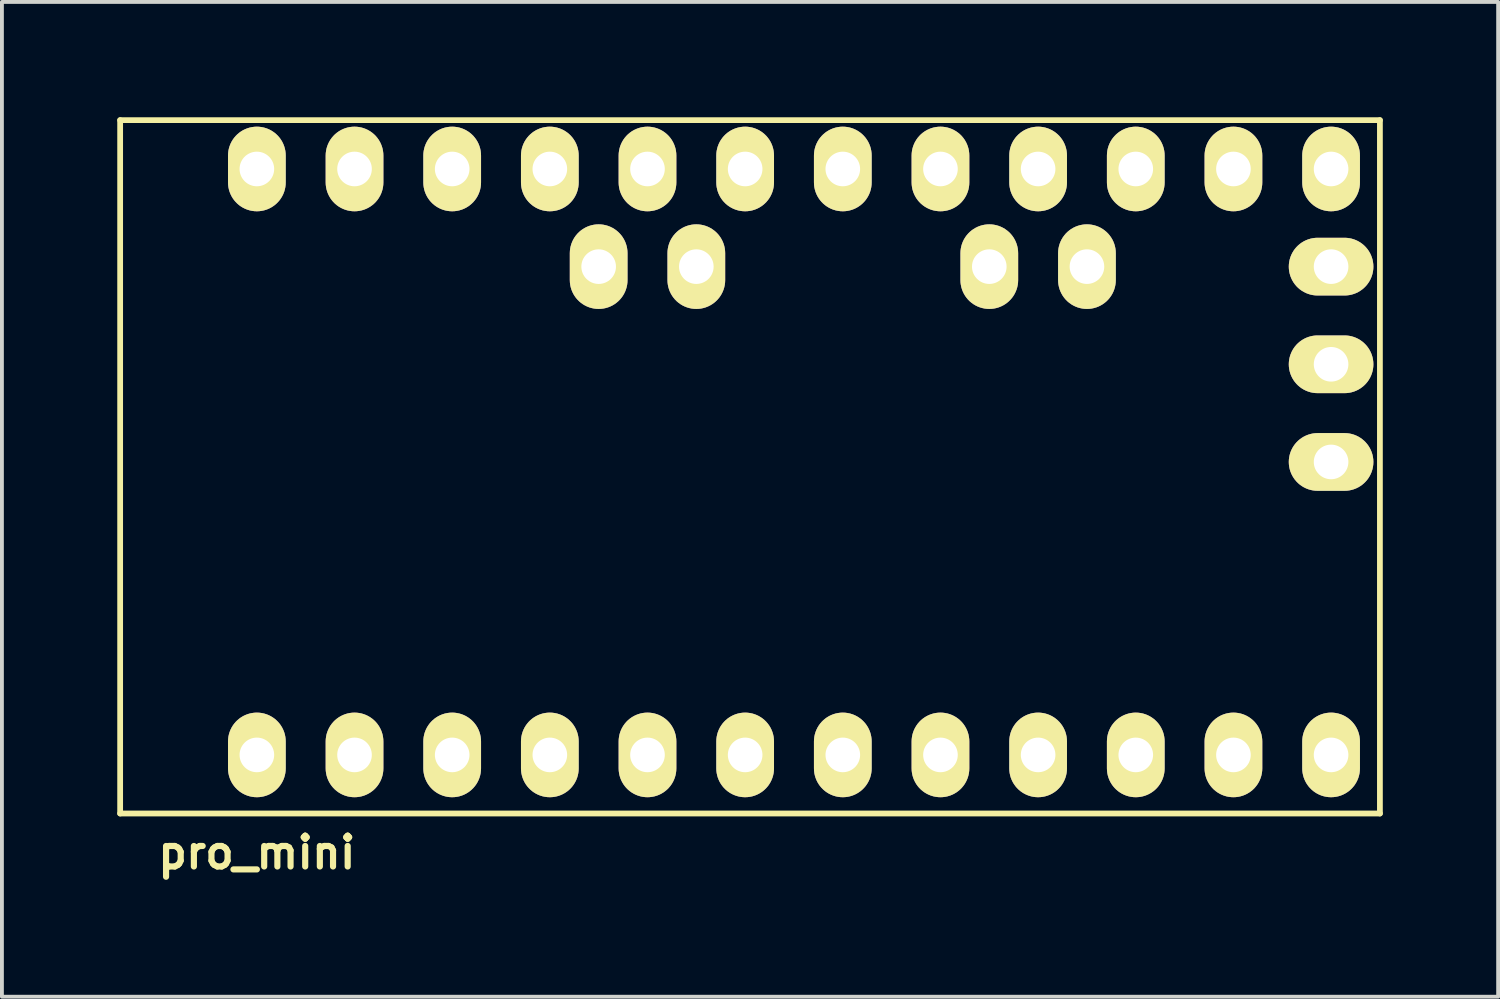
<source format=kicad_pcb>
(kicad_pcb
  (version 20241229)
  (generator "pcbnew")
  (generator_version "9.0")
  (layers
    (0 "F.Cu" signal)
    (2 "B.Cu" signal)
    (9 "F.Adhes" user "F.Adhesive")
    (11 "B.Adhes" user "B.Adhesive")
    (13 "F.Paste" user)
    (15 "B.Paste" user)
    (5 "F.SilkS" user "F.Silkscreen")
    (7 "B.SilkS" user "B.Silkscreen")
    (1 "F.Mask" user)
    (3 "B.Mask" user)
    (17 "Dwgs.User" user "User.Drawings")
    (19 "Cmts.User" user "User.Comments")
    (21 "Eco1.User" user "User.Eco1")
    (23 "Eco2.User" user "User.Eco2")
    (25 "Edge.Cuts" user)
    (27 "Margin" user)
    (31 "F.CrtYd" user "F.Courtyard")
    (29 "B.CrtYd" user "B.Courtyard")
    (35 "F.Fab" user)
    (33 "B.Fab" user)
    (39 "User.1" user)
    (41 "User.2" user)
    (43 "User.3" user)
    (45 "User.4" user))
  (footprint "pro_mini"
    (layer "F.Cu")
    (at 17.601 8.965)
    (property "Reference" "pro_mini" (at -13.97 10.16 0) (layer "F.SilkS") (effects (font (size 0.8 0.8) (thickness 0.16))))
    (attr through_hole)
    (fp_line (start -17.526 -8.89) (end -17.526 9.144) (stroke (width 0.15) (type solid)) (layer "F.SilkS"))
    (fp_line (start -17.526 -8.89) (end 15.24 -8.89) (stroke (width 0.15) (type solid)) (layer "F.SilkS"))
    (fp_line (start 15.24 9.144) (end -17.526 9.144) (stroke (width 0.15) (type solid)) (layer "F.SilkS"))
    (fp_line (start 15.24 9.144) (end 15.24 -8.89) (stroke (width 0.15) (type solid)) (layer "F.SilkS"))
    (pad "1" thru_hole oval (at -13.97 7.62) (size 1.501 2.2) (drill 0.9) (layers "*.Cu" "*.Mask" "F.SilkS"))
    (pad "2" thru_hole oval (at -11.43 7.62) (size 1.501 2.2) (drill 0.9) (layers "*.Cu" "*.Mask" "F.SilkS"))
    (pad "3" thru_hole oval (at -8.89 7.62) (size 1.501 2.2) (drill 0.9) (layers "*.Cu" "*.Mask" "F.SilkS"))
    (pad "4" thru_hole oval (at -6.35 7.62) (size 1.501 2.2) (drill 0.9) (layers "*.Cu" "*.Mask" "F.SilkS"))
    (pad "5" thru_hole oval (at -3.81 7.62) (size 1.501 2.2) (drill 0.9) (layers "*.Cu" "*.Mask" "F.SilkS"))
    (pad "6" thru_hole oval (at -1.27 7.62) (size 1.501 2.2) (drill 0.9) (layers "*.Cu" "*.Mask" "F.SilkS"))
    (pad "7" thru_hole oval (at 1.27 7.62) (size 1.501 2.2) (drill 0.9) (layers "*.Cu" "*.Mask" "F.SilkS"))
    (pad "8" thru_hole oval (at 3.81 7.62) (size 1.501 2.2) (drill 0.9) (layers "*.Cu" "*.Mask" "F.SilkS"))
    (pad "9" thru_hole oval (at 6.35 7.62) (size 1.501 2.2) (drill 0.9) (layers "*.Cu" "*.Mask" "F.SilkS"))
    (pad "10" thru_hole oval (at 8.89 7.62) (size 1.501 2.2) (drill 0.9) (layers "*.Cu" "*.Mask" "F.SilkS"))
    (pad "11" thru_hole oval (at 11.43 7.62) (size 1.501 2.2) (drill 0.9) (layers "*.Cu" "*.Mask" "F.SilkS"))
    (pad "12" thru_hole oval (at 13.97 7.62) (size 1.501 2.2) (drill 0.9) (layers "*.Cu" "*.Mask" "F.SilkS"))
    (pad "13" thru_hole oval (at 13.97 -7.62) (size 1.501 2.2) (drill 0.9) (layers "*.Cu" "*.Mask" "F.SilkS"))
    (pad "14" thru_hole oval (at 11.43 -7.62) (size 1.501 2.2) (drill 0.9) (layers "*.Cu" "*.Mask" "F.SilkS"))
    (pad "15" thru_hole oval (at 8.89 -7.62) (size 1.501 2.2) (drill 0.9) (layers "*.Cu" "*.Mask" "F.SilkS"))
    (pad "16" thru_hole oval (at 6.35 -7.62) (size 1.501 2.2) (drill 0.9) (layers "*.Cu" "*.Mask" "F.SilkS"))
    (pad "17" thru_hole oval (at 3.81 -7.62) (size 1.501 2.2) (drill 0.9) (layers "*.Cu" "*.Mask" "F.SilkS"))
    (pad "18" thru_hole oval (at 1.27 -7.62) (size 1.501 2.2) (drill 0.9) (layers "*.Cu" "*.Mask" "F.SilkS"))
    (pad "19" thru_hole oval (at -1.27 -7.62) (size 1.501 2.2) (drill 0.9) (layers "*.Cu" "*.Mask" "F.SilkS"))
    (pad "20" thru_hole oval (at -3.81 -7.62) (size 1.501 2.2) (drill 0.9) (layers "*.Cu" "*.Mask" "F.SilkS"))
    (pad "21" thru_hole oval (at -6.35 -7.62) (size 1.501 2.2) (drill 0.9) (layers "*.Cu" "*.Mask" "F.SilkS"))
    (pad "22" thru_hole oval (at -8.89 -7.62) (size 1.501 2.2) (drill 0.9) (layers "*.Cu" "*.Mask" "F.SilkS"))
    (pad "23" thru_hole oval (at -11.43 -7.62) (size 1.501 2.2) (drill 0.9) (layers "*.Cu" "*.Mask" "F.SilkS"))
    (pad "24" thru_hole oval (at -13.97 -7.62) (size 1.501 2.2) (drill 0.9) (layers "*.Cu" "*.Mask" "F.SilkS"))
    (pad "25" thru_hole oval (at -2.54 -5.08) (size 1.501 2.2) (drill 0.9) (layers "*.Cu" "*.Mask" "F.SilkS"))
    (pad "26" thru_hole oval (at -5.08 -5.08) (size 1.501 2.2) (drill 0.9) (layers "*.Cu" "*.Mask" "F.SilkS"))
    (pad "27" thru_hole oval (at 7.62 -5.08) (size 1.501 2.2) (drill 0.9) (layers "*.Cu" "*.Mask" "F.SilkS"))
    (pad "27" thru_hole oval (at 13.97 -5.08) (size 2.2 1.501) (drill 0.9) (layers "*.Cu" "*.Mask" "F.SilkS"))
    (pad "28" thru_hole oval (at 5.08 -5.08) (size 1.501 2.2) (drill 0.9) (layers "*.Cu" "*.Mask" "F.SilkS"))
    (pad "28" thru_hole oval (at 13.97 -2.54) (size 2.2 1.501) (drill 0.9) (layers "*.Cu" "*.Mask" "F.SilkS"))
    (pad "29" thru_hole oval (at 13.97 0) (size 2.2 1.501) (drill 0.9) (layers "*.Cu" "*.Mask" "F.SilkS")))
  (gr_rect
    (start -3 -3)
    (end 35.916 22.874)
    (stroke (width 0.1) (type default))
    (fill no)
    (layer "Edge.Cuts")))
</source>
